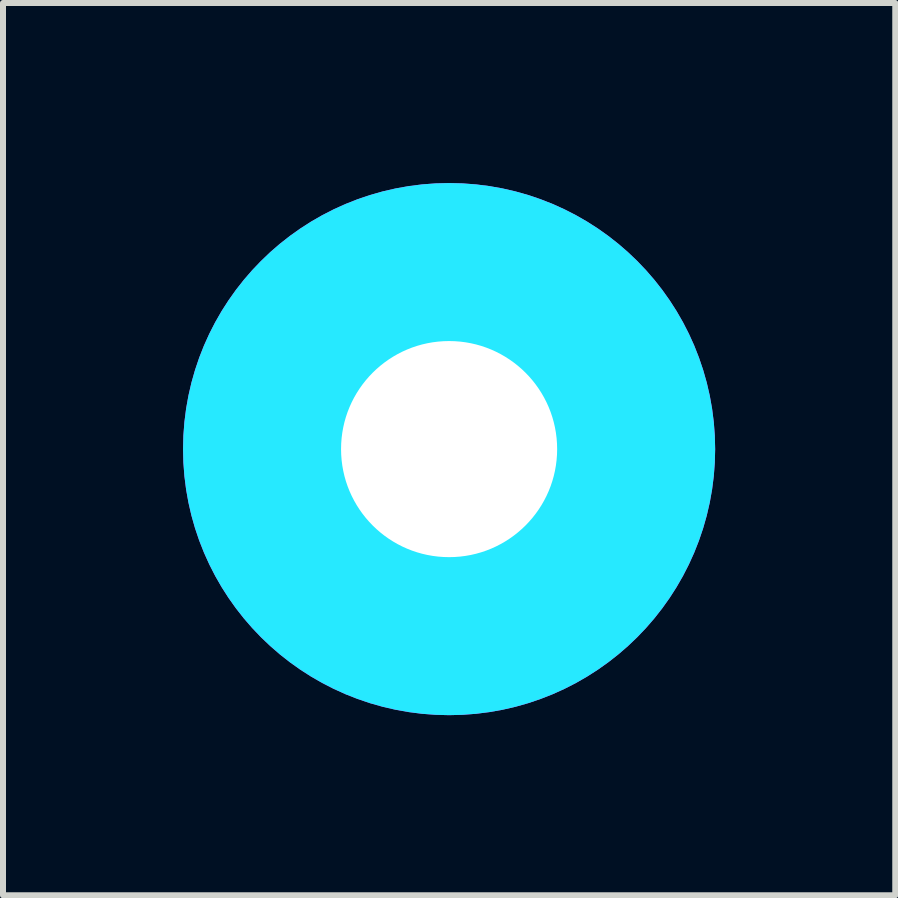
<source format=kicad_pcb>
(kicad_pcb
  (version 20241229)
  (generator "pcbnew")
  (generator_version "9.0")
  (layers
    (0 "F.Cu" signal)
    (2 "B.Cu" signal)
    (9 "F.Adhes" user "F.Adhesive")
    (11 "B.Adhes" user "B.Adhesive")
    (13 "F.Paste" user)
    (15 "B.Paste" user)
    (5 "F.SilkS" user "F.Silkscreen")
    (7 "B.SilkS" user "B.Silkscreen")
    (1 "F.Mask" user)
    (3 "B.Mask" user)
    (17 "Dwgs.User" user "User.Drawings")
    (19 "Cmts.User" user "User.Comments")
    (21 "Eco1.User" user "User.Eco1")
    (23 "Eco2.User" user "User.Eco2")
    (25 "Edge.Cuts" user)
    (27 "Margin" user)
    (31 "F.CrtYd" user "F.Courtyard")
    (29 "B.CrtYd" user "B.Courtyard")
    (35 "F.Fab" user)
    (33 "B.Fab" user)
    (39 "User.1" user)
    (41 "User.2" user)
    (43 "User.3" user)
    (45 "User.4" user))
  (footprint "footprint"
    (layer "F.Cu")
    (at 4.432 4.432)
    (property "Reference" "footprint" (at 0 0 0) (layer "F.SilkS") (effects (font (size 1.27 1.27) (thickness 0.15))))
    (fp_circle (center 0 0) (end 1.9 0) (stroke (width 0.203) (type solid)) (fill no) (layer "F.SilkS"))
    (fp_circle (center 0 0) (end 3.429 0) (stroke (width 0.152) (type solid)) (fill no) (layer "F.SilkS"))
    (fp_circle (center 0 0) (end 3.048 0) (stroke (width 2.769) (type solid)) (fill no) (layer "B.CrtYd"))
    (fp_circle (center 0 0) (end 3.048 0) (stroke (width 2.769) (type solid)) (fill no) (layer "F.CrtYd"))
    (fp_arc (start 0 -2.159) (mid 1.526644 -1.526644) (end 2.159 0) (stroke (width 2.4892) (type solid)) (layer "F.Fab"))
    (fp_arc (start 0 2.159) (mid -1.526644 1.526644) (end -2.159 0) (stroke (width 2.4892) (type solid)) (layer "F.Fab"))
    (fp_circle (center 0 0) (end 0.762 0) (stroke (width 0.457) (type solid)) (fill no) (layer "F.Fab"))
    (pad "" np_thru_hole circle (at 0 0) (size 3.6 3.6) (drill 3.6) (layers "*.Cu" "*.Mask"))
    (zone (net_name "") (layer "F.Cu") (hatch edge 0.508) (connect_pads) (min_thickness 0.254) (filled_areas_thickness no) (keepout (tracks not_allowed) (vias not_allowed) (pads not_allowed) (copperpour not_allowed) (footprints allowed)) (placement (enabled no)) (fill) (polygon (pts (xy 8.496 4.432) (xy 8.435 3.727) (xy 8.251 3.042) (xy 7.952 2.4) (xy 7.546 1.82) (xy 7.045 1.319) (xy 6.464 0.913) (xy 5.822 0.613) (xy 5.138 0.43) (xy 4.432 0.368) (xy 3.727 0.43) (xy 3.042 0.613) (xy 2.4 0.913) (xy 1.82 1.319) (xy 1.319 1.82) (xy 0.913 2.4) (xy 0.613 3.042) (xy 0.43 3.727) (xy 0.368 4.432) (xy 0.43 5.138) (xy 0.613 5.822) (xy 0.913 6.464) (xy 1.319 7.045) (xy 1.82 7.546) (xy 2.4 7.952) (xy 3.042 8.251) (xy 3.727 8.435) (xy 4.432 8.496) (xy 5.138 8.435) (xy 5.822 8.251) (xy 6.464 7.952) (xy 7.045 7.546) (xy 7.546 7.045) (xy 7.952 6.464) (xy 8.251 5.822) (xy 8.435 5.138))) (polygon (pts (xy 6.464 4.432) (xy 6.433 4.079) (xy 6.342 3.737) (xy 6.192 3.416) (xy 5.989 3.126) (xy 5.738 2.876) (xy 5.448 2.673) (xy 5.127 2.523) (xy 4.785 2.431) (xy 4.432 2.4) (xy 4.079 2.431) (xy 3.737 2.523) (xy 3.416 2.673) (xy 3.126 2.876) (xy 2.876 3.126) (xy 2.673 3.416) (xy 2.523 3.737) (xy 2.431 4.079) (xy 2.4 4.432) (xy 2.431 4.785) (xy 2.523 5.127) (xy 2.673 5.448) (xy 2.876 5.738) (xy 3.126 5.989) (xy 3.416 6.192) (xy 3.737 6.342) (xy 4.079 6.433) (xy 4.432 6.464) (xy 4.785 6.433) (xy 5.127 6.342) (xy 5.448 6.192) (xy 5.738 5.989) (xy 5.989 5.738) (xy 6.192 5.448) (xy 6.342 5.127) (xy 6.433 4.785))))
    (zone (net_name "") (layers "F.Cu" "B.Cu") (hatch edge 0.508) (connect_pads) (min_thickness 0.254) (filled_areas_thickness no) (keepout (tracks allowed) (vias not_allowed) (pads allowed) (copperpour allowed) (footprints allowed)) (placement (enabled no)) (fill) (polygon (pts (xy 8.496 4.432) (xy 8.435 3.727) (xy 8.251 3.042) (xy 7.952 2.4) (xy 7.546 1.82) (xy 7.045 1.319) (xy 6.464 0.913) (xy 5.822 0.613) (xy 5.138 0.43) (xy 4.432 0.368) (xy 3.727 0.43) (xy 3.042 0.613) (xy 2.4 0.913) (xy 1.82 1.319) (xy 1.319 1.82) (xy 0.913 2.4) (xy 0.613 3.042) (xy 0.43 3.727) (xy 0.368 4.432) (xy 0.43 5.138) (xy 0.613 5.822) (xy 0.913 6.464) (xy 1.319 7.045) (xy 1.82 7.546) (xy 2.4 7.952) (xy 3.042 8.251) (xy 3.727 8.435) (xy 4.432 8.496) (xy 5.138 8.435) (xy 5.822 8.251) (xy 6.464 7.952) (xy 7.045 7.546) (xy 7.546 7.045) (xy 7.952 6.464) (xy 8.251 5.822) (xy 8.435 5.138))) (polygon (pts (xy 6.464 4.432) (xy 6.433 4.079) (xy 6.342 3.737) (xy 6.192 3.416) (xy 5.989 3.126) (xy 5.738 2.876) (xy 5.448 2.673) (xy 5.127 2.523) (xy 4.785 2.431) (xy 4.432 2.4) (xy 4.079 2.431) (xy 3.737 2.523) (xy 3.416 2.673) (xy 3.126 2.876) (xy 2.876 3.126) (xy 2.673 3.416) (xy 2.523 3.737) (xy 2.431 4.079) (xy 2.4 4.432) (xy 2.431 4.785) (xy 2.523 5.127) (xy 2.673 5.448) (xy 2.876 5.738) (xy 3.126 5.989) (xy 3.416 6.192) (xy 3.737 6.342) (xy 4.079 6.433) (xy 4.432 6.464) (xy 4.785 6.433) (xy 5.127 6.342) (xy 5.448 6.192) (xy 5.738 5.989) (xy 5.989 5.738) (xy 6.192 5.448) (xy 6.342 5.127) (xy 6.433 4.785))))
    (zone (net_name "") (layer "B.Cu") (hatch edge 0.508) (connect_pads) (min_thickness 0.254) (filled_areas_thickness no) (keepout (tracks not_allowed) (vias not_allowed) (pads not_allowed) (copperpour not_allowed) (footprints allowed)) (placement (enabled no)) (fill) (polygon (pts (xy 8.496 4.432) (xy 8.435 3.727) (xy 8.251 3.042) (xy 7.952 2.4) (xy 7.546 1.82) (xy 7.045 1.319) (xy 6.464 0.913) (xy 5.822 0.613) (xy 5.138 0.43) (xy 4.432 0.368) (xy 3.727 0.43) (xy 3.042 0.613) (xy 2.4 0.913) (xy 1.82 1.319) (xy 1.319 1.82) (xy 0.913 2.4) (xy 0.613 3.042) (xy 0.43 3.727) (xy 0.368 4.432) (xy 0.43 5.138) (xy 0.613 5.822) (xy 0.913 6.464) (xy 1.319 7.045) (xy 1.82 7.546) (xy 2.4 7.952) (xy 3.042 8.251) (xy 3.727 8.435) (xy 4.432 8.496) (xy 5.138 8.435) (xy 5.822 8.251) (xy 6.464 7.952) (xy 7.045 7.546) (xy 7.546 7.045) (xy 7.952 6.464) (xy 8.251 5.822) (xy 8.435 5.138))) (polygon (pts (xy 6.464 4.432) (xy 6.433 4.079) (xy 6.342 3.737) (xy 6.192 3.416) (xy 5.989 3.126) (xy 5.738 2.876) (xy 5.448 2.673) (xy 5.127 2.523) (xy 4.785 2.431) (xy 4.432 2.4) (xy 4.079 2.431) (xy 3.737 2.523) (xy 3.416 2.673) (xy 3.126 2.876) (xy 2.876 3.126) (xy 2.673 3.416) (xy 2.523 3.737) (xy 2.431 4.079) (xy 2.4 4.432) (xy 2.431 4.785) (xy 2.523 5.127) (xy 2.673 5.448) (xy 2.876 5.738) (xy 3.126 5.989) (xy 3.416 6.192) (xy 3.737 6.342) (xy 4.079 6.433) (xy 4.432 6.464) (xy 4.785 6.433) (xy 5.127 6.342) (xy 5.448 6.192) (xy 5.738 5.989) (xy 5.989 5.738) (xy 6.192 5.448) (xy 6.342 5.127) (xy 6.433 4.785)))))
  (gr_rect
    (start -3 -3)
    (end 11.865 11.865)
    (stroke (width 0.1) (type default))
    (fill no)
    (layer "Edge.Cuts")))
</source>
